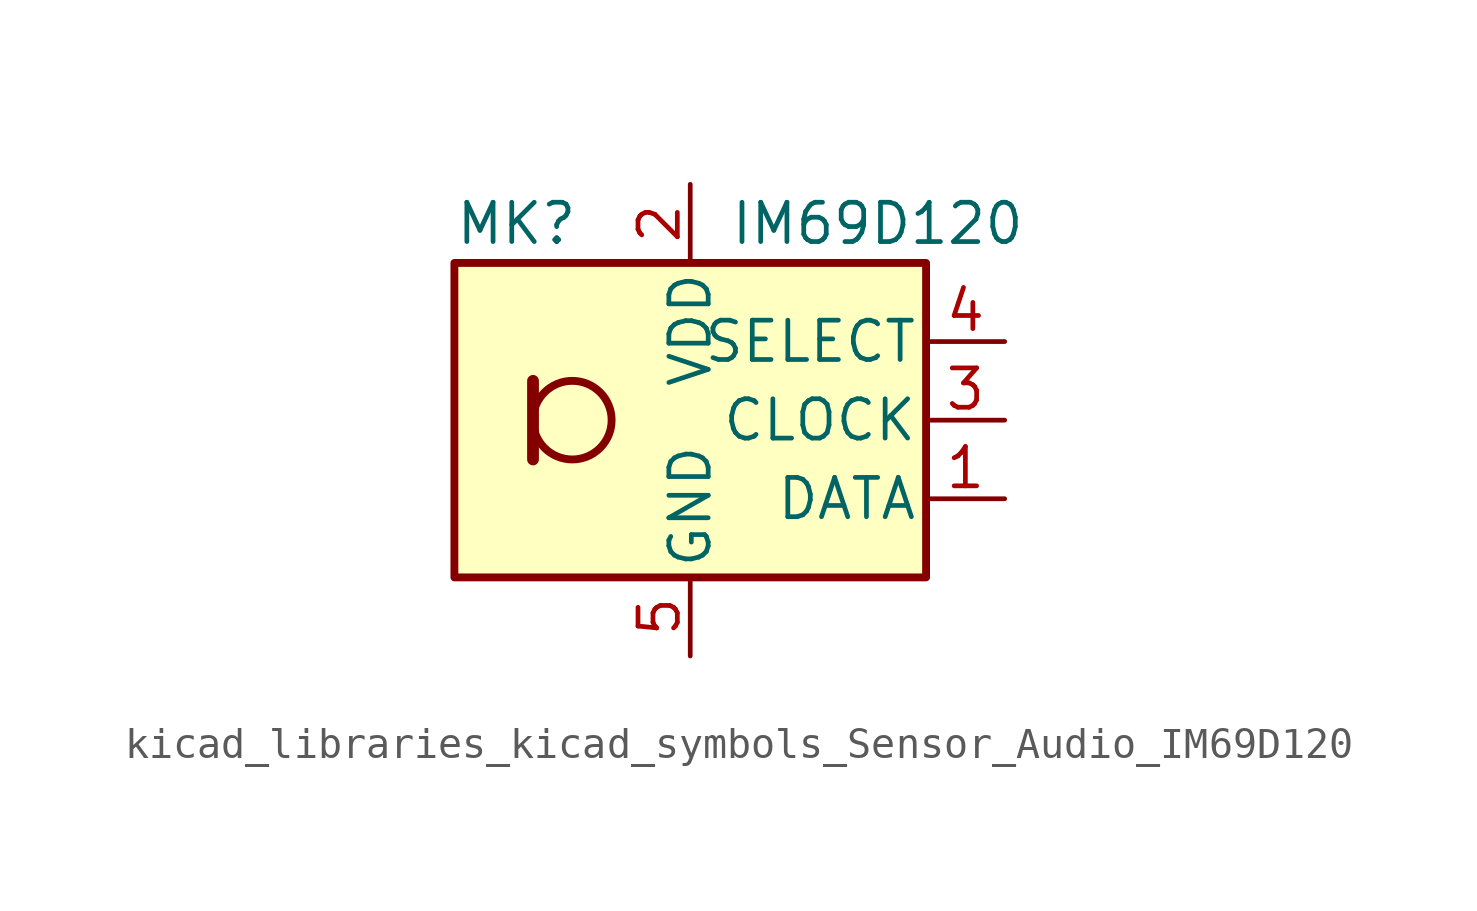
<source format=kicad_sym>
(kicad_symbol_lib
  (version 20220914)
  (generator kicad_symbol_editor)
  (symbol "kicad_libraries_kicad_symbols_Sensor_Audio_IM69D120"
    (pin_names
      (offset 0.254))
    (property "Reference" "MK"
      (at -7.62 6.35 0)
      (effects (font (size 1.27 1.27)) (justify left)))
    (property "Value" "IM69D120"
      (at 1.27 6.35 0)
      (effects (font (size 1.27 1.27)) (justify left)))
    (symbol "kicad_libraries_kicad_symbols_Sensor_Audio_IM69D120_0_1"
      (rectangle (start -7.62 5.08) (end 7.62 -5.08) (stroke (width 0.254) (type default)) (fill (type background)))
      (circle (center -3.81 0) (radius 1.27) (stroke (width 0.254) (type default)) (fill (type none)))
      (polyline (pts (xy -5.08 1.27) (xy -5.08 -1.27)) (stroke (width 0.381) (type default)) (fill (type none))))
    (symbol "kicad_libraries_kicad_symbols_Sensor_Audio_IM69D120_1_1"
      (pin output line (at 10.16 -2.54 180) (length 2.54) (name "DATA" (effects (font (size 1.27 1.27)))) (number "1" (effects (font (size 1.27 1.27)))))
      (pin power_in line (at 0 7.62 270) (length 2.54) (name "VDD" (effects (font (size 1.27 1.27)))) (number "2" (effects (font (size 1.27 1.27)))))
      (pin input line (at 10.16 0 180) (length 2.54) (name "CLOCK" (effects (font (size 1.27 1.27)))) (number "3" (effects (font (size 1.27 1.27)))))
      (pin input line (at 10.16 2.54 180) (length 2.54) (name "SELECT" (effects (font (size 1.27 1.27)))) (number "4" (effects (font (size 1.27 1.27)))))
      (pin power_in line (at 0 -7.62 90) (length 2.54) (name "GND" (effects (font (size 1.27 1.27)))) (number "5" (effects (font (size 1.27 1.27))))))))
</source>
